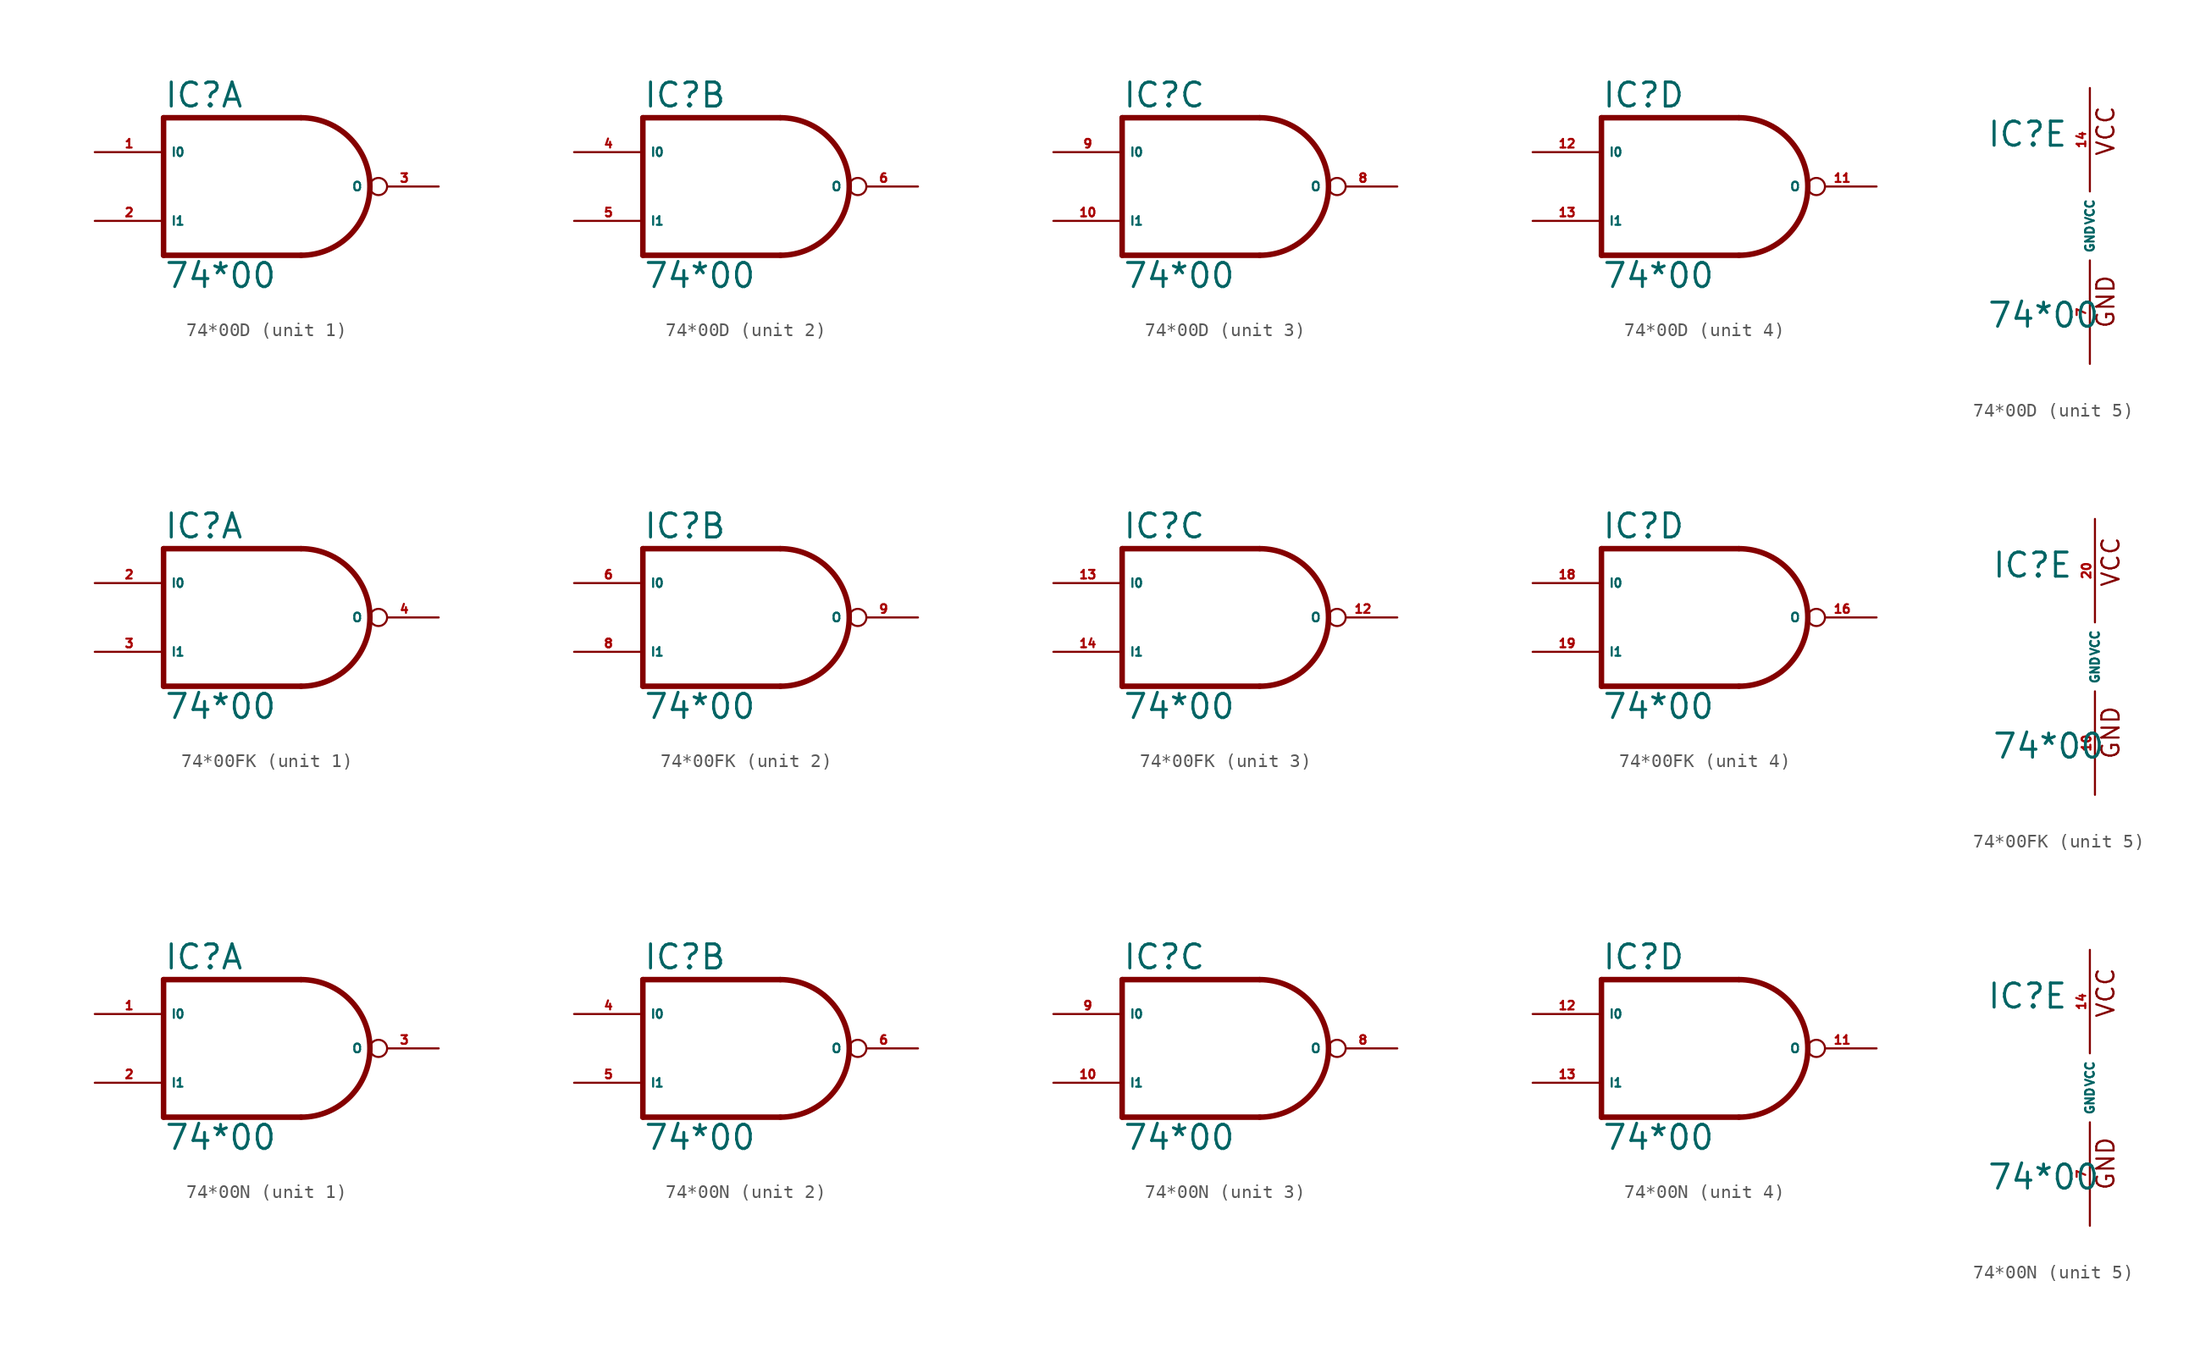
<source format=kicad_sym>
(kicad_symbol_lib
  (version 20220914)
  (generator Eagle2Kicad)
  (symbol "74*00D"
    (property "Reference" "IC"
      (at -7.62 5.715 0)
      (effects (font (size 1.778 1.778) (thickness 0.22)) (justify left bottom)))
    (property "Value" "74*00"
      (at -7.62 -7.62 0)
      (effects (font (size 1.778 1.778) (thickness 0.22)) (justify left bottom)))
    (symbol "74*00D_1_0"
      (polyline (pts (xy -7.62 5.08) (xy -7.62 -5.08)) (stroke (width 0.406) (type default)) (fill (type none)))
      (polyline (pts (xy -7.62 -5.08) (xy 2.54 -5.08)) (stroke (width 0.406) (type default)) (fill (type none)))
      (polyline (pts (xy 2.54 5.08) (xy -7.62 5.08)) (stroke (width 0.406) (type default)) (fill (type none)))
      (arc (start 2.54 -5.08) (mid 7.620 0.000) (end 2.54 5.08) (stroke (width 0.4064) (type default)) (fill (type none)))
      (pin input line (at -12.7 2.54 0) (length 5.08) (name "I0" (effects (font (size 0.635 0.635) (thickness 0.08)) (justify left bottom))) (number "1" (effects (font (size 0.635 0.635) (thickness 0.08)) (justify left bottom))))
      (pin input line (at -12.7 -2.54 0) (length 5.08) (name "I1" (effects (font (size 0.635 0.635) (thickness 0.08)) (justify left bottom))) (number "2" (effects (font (size 0.635 0.635) (thickness 0.08)) (justify left bottom))))
      (pin output inverted (at 12.7 0 180) (length 5.08) (name "O" (effects (font (size 0.635 0.635) (thickness 0.08)) (justify left bottom))) (number "3" (effects (font (size 0.635 0.635) (thickness 0.08)) (justify left bottom)))))
    (symbol "74*00D_2_0"
      (polyline (pts (xy -7.62 5.08) (xy -7.62 -5.08)) (stroke (width 0.406) (type default)) (fill (type none)))
      (polyline (pts (xy -7.62 -5.08) (xy 2.54 -5.08)) (stroke (width 0.406) (type default)) (fill (type none)))
      (polyline (pts (xy 2.54 5.08) (xy -7.62 5.08)) (stroke (width 0.406) (type default)) (fill (type none)))
      (arc (start 2.54 -5.08) (mid 7.620 0.000) (end 2.54 5.08) (stroke (width 0.4064) (type default)) (fill (type none)))
      (pin input line (at -12.7 2.54 0) (length 5.08) (name "I0" (effects (font (size 0.635 0.635) (thickness 0.08)) (justify left bottom))) (number "4" (effects (font (size 0.635 0.635) (thickness 0.08)) (justify left bottom))))
      (pin input line (at -12.7 -2.54 0) (length 5.08) (name "I1" (effects (font (size 0.635 0.635) (thickness 0.08)) (justify left bottom))) (number "5" (effects (font (size 0.635 0.635) (thickness 0.08)) (justify left bottom))))
      (pin output inverted (at 12.7 0 180) (length 5.08) (name "O" (effects (font (size 0.635 0.635) (thickness 0.08)) (justify left bottom))) (number "6" (effects (font (size 0.635 0.635) (thickness 0.08)) (justify left bottom)))))
    (symbol "74*00D_3_0"
      (polyline (pts (xy -7.62 5.08) (xy -7.62 -5.08)) (stroke (width 0.406) (type default)) (fill (type none)))
      (polyline (pts (xy -7.62 -5.08) (xy 2.54 -5.08)) (stroke (width 0.406) (type default)) (fill (type none)))
      (polyline (pts (xy 2.54 5.08) (xy -7.62 5.08)) (stroke (width 0.406) (type default)) (fill (type none)))
      (arc (start 2.54 -5.08) (mid 7.620 0.000) (end 2.54 5.08) (stroke (width 0.4064) (type default)) (fill (type none)))
      (pin input line (at -12.7 2.54 0) (length 5.08) (name "I0" (effects (font (size 0.635 0.635) (thickness 0.08)) (justify left bottom))) (number "9" (effects (font (size 0.635 0.635) (thickness 0.08)) (justify left bottom))))
      (pin input line (at -12.7 -2.54 0) (length 5.08) (name "I1" (effects (font (size 0.635 0.635) (thickness 0.08)) (justify left bottom))) (number "10" (effects (font (size 0.635 0.635) (thickness 0.08)) (justify left bottom))))
      (pin output inverted (at 12.7 0 180) (length 5.08) (name "O" (effects (font (size 0.635 0.635) (thickness 0.08)) (justify left bottom))) (number "8" (effects (font (size 0.635 0.635) (thickness 0.08)) (justify left bottom)))))
    (symbol "74*00D_4_0"
      (polyline (pts (xy -7.62 5.08) (xy -7.62 -5.08)) (stroke (width 0.406) (type default)) (fill (type none)))
      (polyline (pts (xy -7.62 -5.08) (xy 2.54 -5.08)) (stroke (width 0.406) (type default)) (fill (type none)))
      (polyline (pts (xy 2.54 5.08) (xy -7.62 5.08)) (stroke (width 0.406) (type default)) (fill (type none)))
      (arc (start 2.54 -5.08) (mid 7.620 0.000) (end 2.54 5.08) (stroke (width 0.4064) (type default)) (fill (type none)))
      (pin input line (at -12.7 2.54 0) (length 5.08) (name "I0" (effects (font (size 0.635 0.635) (thickness 0.08)) (justify left bottom))) (number "12" (effects (font (size 0.635 0.635) (thickness 0.08)) (justify left bottom))))
      (pin input line (at -12.7 -2.54 0) (length 5.08) (name "I1" (effects (font (size 0.635 0.635) (thickness 0.08)) (justify left bottom))) (number "13" (effects (font (size 0.635 0.635) (thickness 0.08)) (justify left bottom))))
      (pin output inverted (at 12.7 0 180) (length 5.08) (name "O" (effects (font (size 0.635 0.635) (thickness 0.08)) (justify left bottom))) (number "11" (effects (font (size 0.635 0.635) (thickness 0.08)) (justify left bottom)))))
    (symbol "74*00D_5_0"
      (text "GND" (at 1.905 -7.62 900) (effects (font (size 1.27 1.27) (thickness 0.16)) (justify left bottom)))
      (text "VCC" (at 1.905 5.08 900) (effects (font (size 1.27 1.27) (thickness 0.16)) (justify left bottom)))
      (pin unspecified line (at 0 -10.16 90) (length 7.62) (name "GND" (effects (font (size 0.635 0.635) (thickness 0.08)) (justify left bottom))) (number "7" (effects (font (size 0.635 0.635) (thickness 0.08)) (justify left bottom))))
      (pin unspecified line (at 0 10.16 270) (length 7.62) (name "VCC" (effects (font (size 0.635 0.635) (thickness 0.08)) (justify left bottom))) (number "14" (effects (font (size 0.635 0.635) (thickness 0.08)) (justify left bottom))))))
  (symbol "74*00FK"
    (property "Reference" "IC"
      (at -7.62 5.715 0)
      (effects (font (size 1.778 1.778) (thickness 0.22)) (justify left bottom)))
    (property "Value" "74*00"
      (at -7.62 -7.62 0)
      (effects (font (size 1.778 1.778) (thickness 0.22)) (justify left bottom)))
    (symbol "74*00FK_1_0"
      (polyline (pts (xy -7.62 5.08) (xy -7.62 -5.08)) (stroke (width 0.406) (type default)) (fill (type none)))
      (polyline (pts (xy -7.62 -5.08) (xy 2.54 -5.08)) (stroke (width 0.406) (type default)) (fill (type none)))
      (polyline (pts (xy 2.54 5.08) (xy -7.62 5.08)) (stroke (width 0.406) (type default)) (fill (type none)))
      (arc (start 2.54 -5.08) (mid 7.620 0.000) (end 2.54 5.08) (stroke (width 0.4064) (type default)) (fill (type none)))
      (pin input line (at -12.7 2.54 0) (length 5.08) (name "I0" (effects (font (size 0.635 0.635) (thickness 0.08)) (justify left bottom))) (number "2" (effects (font (size 0.635 0.635) (thickness 0.08)) (justify left bottom))))
      (pin input line (at -12.7 -2.54 0) (length 5.08) (name "I1" (effects (font (size 0.635 0.635) (thickness 0.08)) (justify left bottom))) (number "3" (effects (font (size 0.635 0.635) (thickness 0.08)) (justify left bottom))))
      (pin output inverted (at 12.7 0 180) (length 5.08) (name "O" (effects (font (size 0.635 0.635) (thickness 0.08)) (justify left bottom))) (number "4" (effects (font (size 0.635 0.635) (thickness 0.08)) (justify left bottom)))))
    (symbol "74*00FK_2_0"
      (polyline (pts (xy -7.62 5.08) (xy -7.62 -5.08)) (stroke (width 0.406) (type default)) (fill (type none)))
      (polyline (pts (xy -7.62 -5.08) (xy 2.54 -5.08)) (stroke (width 0.406) (type default)) (fill (type none)))
      (polyline (pts (xy 2.54 5.08) (xy -7.62 5.08)) (stroke (width 0.406) (type default)) (fill (type none)))
      (arc (start 2.54 -5.08) (mid 7.620 0.000) (end 2.54 5.08) (stroke (width 0.4064) (type default)) (fill (type none)))
      (pin input line (at -12.7 2.54 0) (length 5.08) (name "I0" (effects (font (size 0.635 0.635) (thickness 0.08)) (justify left bottom))) (number "6" (effects (font (size 0.635 0.635) (thickness 0.08)) (justify left bottom))))
      (pin input line (at -12.7 -2.54 0) (length 5.08) (name "I1" (effects (font (size 0.635 0.635) (thickness 0.08)) (justify left bottom))) (number "8" (effects (font (size 0.635 0.635) (thickness 0.08)) (justify left bottom))))
      (pin output inverted (at 12.7 0 180) (length 5.08) (name "O" (effects (font (size 0.635 0.635) (thickness 0.08)) (justify left bottom))) (number "9" (effects (font (size 0.635 0.635) (thickness 0.08)) (justify left bottom)))))
    (symbol "74*00FK_3_0"
      (polyline (pts (xy -7.62 5.08) (xy -7.62 -5.08)) (stroke (width 0.406) (type default)) (fill (type none)))
      (polyline (pts (xy -7.62 -5.08) (xy 2.54 -5.08)) (stroke (width 0.406) (type default)) (fill (type none)))
      (polyline (pts (xy 2.54 5.08) (xy -7.62 5.08)) (stroke (width 0.406) (type default)) (fill (type none)))
      (arc (start 2.54 -5.08) (mid 7.620 0.000) (end 2.54 5.08) (stroke (width 0.4064) (type default)) (fill (type none)))
      (pin input line (at -12.7 2.54 0) (length 5.08) (name "I0" (effects (font (size 0.635 0.635) (thickness 0.08)) (justify left bottom))) (number "13" (effects (font (size 0.635 0.635) (thickness 0.08)) (justify left bottom))))
      (pin input line (at -12.7 -2.54 0) (length 5.08) (name "I1" (effects (font (size 0.635 0.635) (thickness 0.08)) (justify left bottom))) (number "14" (effects (font (size 0.635 0.635) (thickness 0.08)) (justify left bottom))))
      (pin output inverted (at 12.7 0 180) (length 5.08) (name "O" (effects (font (size 0.635 0.635) (thickness 0.08)) (justify left bottom))) (number "12" (effects (font (size 0.635 0.635) (thickness 0.08)) (justify left bottom)))))
    (symbol "74*00FK_4_0"
      (polyline (pts (xy -7.62 5.08) (xy -7.62 -5.08)) (stroke (width 0.406) (type default)) (fill (type none)))
      (polyline (pts (xy -7.62 -5.08) (xy 2.54 -5.08)) (stroke (width 0.406) (type default)) (fill (type none)))
      (polyline (pts (xy 2.54 5.08) (xy -7.62 5.08)) (stroke (width 0.406) (type default)) (fill (type none)))
      (arc (start 2.54 -5.08) (mid 7.620 0.000) (end 2.54 5.08) (stroke (width 0.4064) (type default)) (fill (type none)))
      (pin input line (at -12.7 2.54 0) (length 5.08) (name "I0" (effects (font (size 0.635 0.635) (thickness 0.08)) (justify left bottom))) (number "18" (effects (font (size 0.635 0.635) (thickness 0.08)) (justify left bottom))))
      (pin input line (at -12.7 -2.54 0) (length 5.08) (name "I1" (effects (font (size 0.635 0.635) (thickness 0.08)) (justify left bottom))) (number "19" (effects (font (size 0.635 0.635) (thickness 0.08)) (justify left bottom))))
      (pin output inverted (at 12.7 0 180) (length 5.08) (name "O" (effects (font (size 0.635 0.635) (thickness 0.08)) (justify left bottom))) (number "16" (effects (font (size 0.635 0.635) (thickness 0.08)) (justify left bottom)))))
    (symbol "74*00FK_5_0"
      (text "GND" (at 1.905 -7.62 900) (effects (font (size 1.27 1.27) (thickness 0.16)) (justify left bottom)))
      (text "VCC" (at 1.905 5.08 900) (effects (font (size 1.27 1.27) (thickness 0.16)) (justify left bottom)))
      (pin unspecified line (at 0 -10.16 90) (length 7.62) (name "GND" (effects (font (size 0.635 0.635) (thickness 0.08)) (justify left bottom))) (number "10" (effects (font (size 0.635 0.635) (thickness 0.08)) (justify left bottom))))
      (pin unspecified line (at 0 10.16 270) (length 7.62) (name "VCC" (effects (font (size 0.635 0.635) (thickness 0.08)) (justify left bottom))) (number "20" (effects (font (size 0.635 0.635) (thickness 0.08)) (justify left bottom))))))
  (symbol "74*00N"
    (property "Reference" "IC"
      (at -7.62 5.715 0)
      (effects (font (size 1.778 1.778) (thickness 0.22)) (justify left bottom)))
    (property "Value" "74*00"
      (at -7.62 -7.62 0)
      (effects (font (size 1.778 1.778) (thickness 0.22)) (justify left bottom)))
    (symbol "74*00N_1_0"
      (polyline (pts (xy -7.62 5.08) (xy -7.62 -5.08)) (stroke (width 0.406) (type default)) (fill (type none)))
      (polyline (pts (xy -7.62 -5.08) (xy 2.54 -5.08)) (stroke (width 0.406) (type default)) (fill (type none)))
      (polyline (pts (xy 2.54 5.08) (xy -7.62 5.08)) (stroke (width 0.406) (type default)) (fill (type none)))
      (arc (start 2.54 -5.08) (mid 7.620 0.000) (end 2.54 5.08) (stroke (width 0.4064) (type default)) (fill (type none)))
      (pin input line (at -12.7 2.54 0) (length 5.08) (name "I0" (effects (font (size 0.635 0.635) (thickness 0.08)) (justify left bottom))) (number "1" (effects (font (size 0.635 0.635) (thickness 0.08)) (justify left bottom))))
      (pin input line (at -12.7 -2.54 0) (length 5.08) (name "I1" (effects (font (size 0.635 0.635) (thickness 0.08)) (justify left bottom))) (number "2" (effects (font (size 0.635 0.635) (thickness 0.08)) (justify left bottom))))
      (pin output inverted (at 12.7 0 180) (length 5.08) (name "O" (effects (font (size 0.635 0.635) (thickness 0.08)) (justify left bottom))) (number "3" (effects (font (size 0.635 0.635) (thickness 0.08)) (justify left bottom)))))
    (symbol "74*00N_2_0"
      (polyline (pts (xy -7.62 5.08) (xy -7.62 -5.08)) (stroke (width 0.406) (type default)) (fill (type none)))
      (polyline (pts (xy -7.62 -5.08) (xy 2.54 -5.08)) (stroke (width 0.406) (type default)) (fill (type none)))
      (polyline (pts (xy 2.54 5.08) (xy -7.62 5.08)) (stroke (width 0.406) (type default)) (fill (type none)))
      (arc (start 2.54 -5.08) (mid 7.620 0.000) (end 2.54 5.08) (stroke (width 0.4064) (type default)) (fill (type none)))
      (pin input line (at -12.7 2.54 0) (length 5.08) (name "I0" (effects (font (size 0.635 0.635) (thickness 0.08)) (justify left bottom))) (number "4" (effects (font (size 0.635 0.635) (thickness 0.08)) (justify left bottom))))
      (pin input line (at -12.7 -2.54 0) (length 5.08) (name "I1" (effects (font (size 0.635 0.635) (thickness 0.08)) (justify left bottom))) (number "5" (effects (font (size 0.635 0.635) (thickness 0.08)) (justify left bottom))))
      (pin output inverted (at 12.7 0 180) (length 5.08) (name "O" (effects (font (size 0.635 0.635) (thickness 0.08)) (justify left bottom))) (number "6" (effects (font (size 0.635 0.635) (thickness 0.08)) (justify left bottom)))))
    (symbol "74*00N_3_0"
      (polyline (pts (xy -7.62 5.08) (xy -7.62 -5.08)) (stroke (width 0.406) (type default)) (fill (type none)))
      (polyline (pts (xy -7.62 -5.08) (xy 2.54 -5.08)) (stroke (width 0.406) (type default)) (fill (type none)))
      (polyline (pts (xy 2.54 5.08) (xy -7.62 5.08)) (stroke (width 0.406) (type default)) (fill (type none)))
      (arc (start 2.54 -5.08) (mid 7.620 0.000) (end 2.54 5.08) (stroke (width 0.4064) (type default)) (fill (type none)))
      (pin input line (at -12.7 2.54 0) (length 5.08) (name "I0" (effects (font (size 0.635 0.635) (thickness 0.08)) (justify left bottom))) (number "9" (effects (font (size 0.635 0.635) (thickness 0.08)) (justify left bottom))))
      (pin input line (at -12.7 -2.54 0) (length 5.08) (name "I1" (effects (font (size 0.635 0.635) (thickness 0.08)) (justify left bottom))) (number "10" (effects (font (size 0.635 0.635) (thickness 0.08)) (justify left bottom))))
      (pin output inverted (at 12.7 0 180) (length 5.08) (name "O" (effects (font (size 0.635 0.635) (thickness 0.08)) (justify left bottom))) (number "8" (effects (font (size 0.635 0.635) (thickness 0.08)) (justify left bottom)))))
    (symbol "74*00N_4_0"
      (polyline (pts (xy -7.62 5.08) (xy -7.62 -5.08)) (stroke (width 0.406) (type default)) (fill (type none)))
      (polyline (pts (xy -7.62 -5.08) (xy 2.54 -5.08)) (stroke (width 0.406) (type default)) (fill (type none)))
      (polyline (pts (xy 2.54 5.08) (xy -7.62 5.08)) (stroke (width 0.406) (type default)) (fill (type none)))
      (arc (start 2.54 -5.08) (mid 7.620 0.000) (end 2.54 5.08) (stroke (width 0.4064) (type default)) (fill (type none)))
      (pin input line (at -12.7 2.54 0) (length 5.08) (name "I0" (effects (font (size 0.635 0.635) (thickness 0.08)) (justify left bottom))) (number "12" (effects (font (size 0.635 0.635) (thickness 0.08)) (justify left bottom))))
      (pin input line (at -12.7 -2.54 0) (length 5.08) (name "I1" (effects (font (size 0.635 0.635) (thickness 0.08)) (justify left bottom))) (number "13" (effects (font (size 0.635 0.635) (thickness 0.08)) (justify left bottom))))
      (pin output inverted (at 12.7 0 180) (length 5.08) (name "O" (effects (font (size 0.635 0.635) (thickness 0.08)) (justify left bottom))) (number "11" (effects (font (size 0.635 0.635) (thickness 0.08)) (justify left bottom)))))
    (symbol "74*00N_5_0"
      (text "GND" (at 1.905 -7.62 900) (effects (font (size 1.27 1.27) (thickness 0.16)) (justify left bottom)))
      (text "VCC" (at 1.905 5.08 900) (effects (font (size 1.27 1.27) (thickness 0.16)) (justify left bottom)))
      (pin unspecified line (at 0 -10.16 90) (length 7.62) (name "GND" (effects (font (size 0.635 0.635) (thickness 0.08)) (justify left bottom))) (number "7" (effects (font (size 0.635 0.635) (thickness 0.08)) (justify left bottom))))
      (pin unspecified line (at 0 10.16 270) (length 7.62) (name "VCC" (effects (font (size 0.635 0.635) (thickness 0.08)) (justify left bottom))) (number "14" (effects (font (size 0.635 0.635) (thickness 0.08)) (justify left bottom)))))))
</source>
